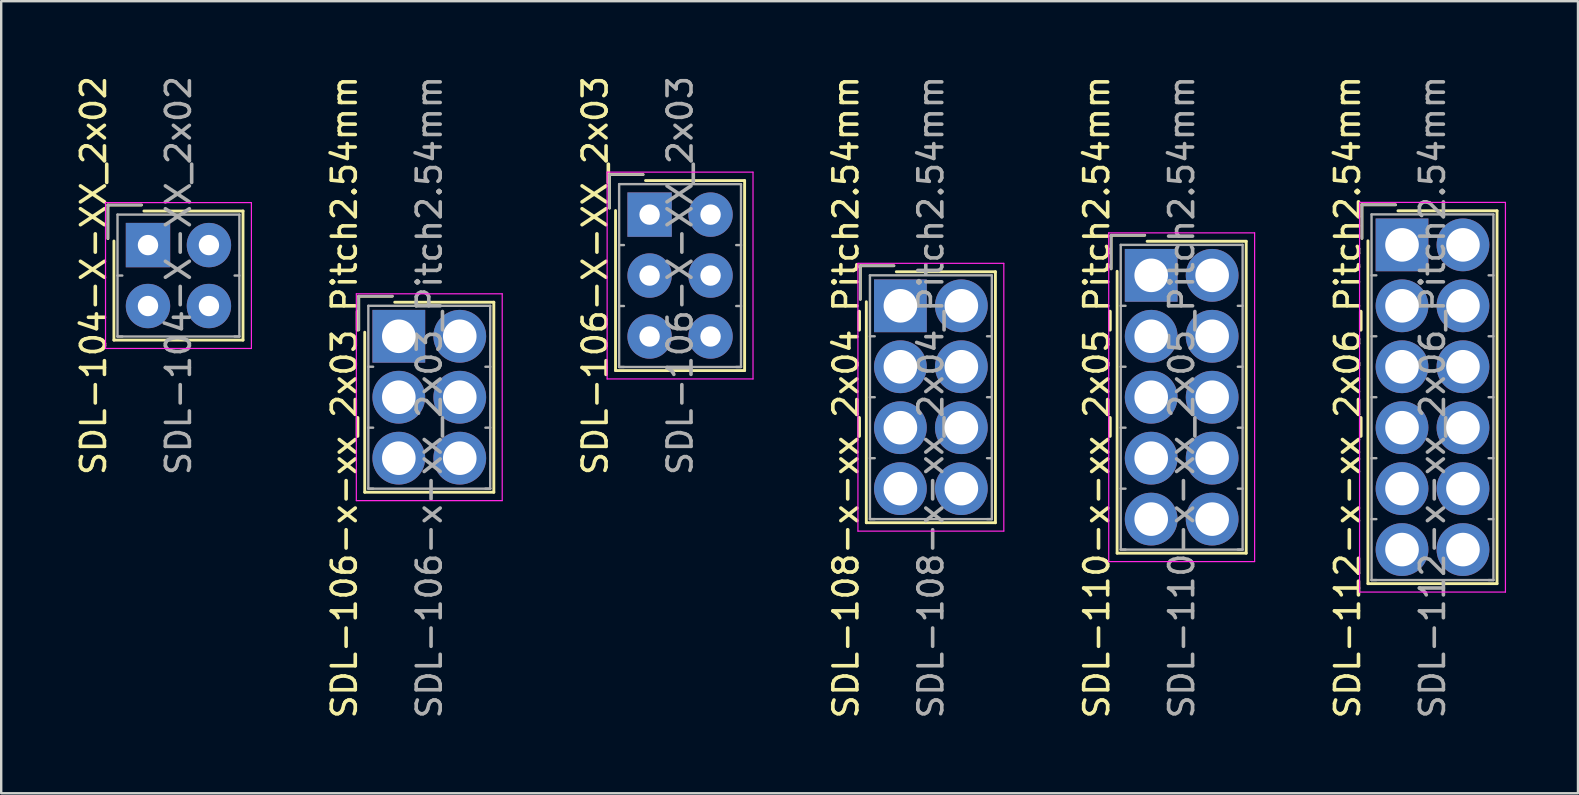
<source format=kicad_pcb>
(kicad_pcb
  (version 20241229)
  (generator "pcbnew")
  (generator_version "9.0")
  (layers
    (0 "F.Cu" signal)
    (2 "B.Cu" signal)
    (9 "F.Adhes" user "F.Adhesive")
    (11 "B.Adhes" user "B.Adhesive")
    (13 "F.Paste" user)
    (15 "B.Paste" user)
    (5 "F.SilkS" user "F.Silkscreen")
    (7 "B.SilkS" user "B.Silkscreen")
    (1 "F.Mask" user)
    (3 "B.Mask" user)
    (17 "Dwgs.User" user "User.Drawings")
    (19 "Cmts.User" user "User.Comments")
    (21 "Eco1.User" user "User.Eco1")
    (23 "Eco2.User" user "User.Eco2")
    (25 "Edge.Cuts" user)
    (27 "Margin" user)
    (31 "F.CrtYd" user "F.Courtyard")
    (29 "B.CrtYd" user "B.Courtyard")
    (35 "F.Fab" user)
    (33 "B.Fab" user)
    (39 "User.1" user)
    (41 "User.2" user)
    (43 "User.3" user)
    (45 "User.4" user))
  (footprint "SDL-106-x-xx_2x03_Pitch2.54mm"
    (layer "F.Cu")
    (at 13.572 10.966)
    (property "Reference" "SDL-106-x-xx_2x03_Pitch2.54mm" (at -2.27 2.54 90) (layer "F.SilkS") (effects (font (size 1 1) (thickness 0.15))))
    (attr through_hole)
    (fp_line (start -1.67 -1.67) (end -1.67 -0.27) (stroke (width 0.12) (type solid)) (layer "F.SilkS"))
    (fp_line (start -1.42 6.5) (end -1.42 -0.17) (stroke (width 0.12) (type solid)) (layer "F.SilkS"))
    (fp_line (start -0.27 -1.67) (end -1.67 -1.67) (stroke (width 0.12) (type solid)) (layer "F.SilkS"))
    (fp_line (start -0.17 -1.42) (end 3.96 -1.42) (stroke (width 0.12) (type solid)) (layer "F.SilkS"))
    (fp_line (start 3.96 -1.42) (end 3.96 6.5) (stroke (width 0.12) (type solid)) (layer "F.SilkS"))
    (fp_line (start 3.96 6.5) (end -1.42 6.5) (stroke (width 0.12) (type solid)) (layer "F.SilkS"))
    (fp_line (start -1.77 -1.77) (end -1.77 6.85) (stroke (width 0.05) (type solid)) (layer "F.CrtYd"))
    (fp_line (start -1.77 6.85) (end 4.31 6.85) (stroke (width 0.05) (type solid)) (layer "F.CrtYd"))
    (fp_line (start 4.31 -1.77) (end -1.77 -1.77) (stroke (width 0.05) (type solid)) (layer "F.CrtYd"))
    (fp_line (start 4.31 6.85) (end 4.31 -1.77) (stroke (width 0.05) (type solid)) (layer "F.CrtYd"))
    (fp_line (start -1.67 -1.67) (end -1.67 -0.27) (stroke (width 0.1) (type solid)) (layer "F.Fab"))
    (fp_line (start -1.27 -1.27) (end -1.27 6.35) (stroke (width 0.1) (type solid)) (layer "F.Fab"))
    (fp_line (start -1.27 1.27) (end -1.07 1.27) (stroke (width 0.1) (type solid)) (layer "F.Fab"))
    (fp_line (start -1.27 3.81) (end -1.07 3.81) (stroke (width 0.1) (type solid)) (layer "F.Fab"))
    (fp_line (start -1.27 6.35) (end -1.07 6.35) (stroke (width 0.1) (type solid)) (layer "F.Fab"))
    (fp_line (start -1.27 6.35) (end 3.81 6.35) (stroke (width 0.1) (type solid)) (layer "F.Fab"))
    (fp_line (start -0.27 -1.67) (end -1.67 -1.67) (stroke (width 0.1) (type solid)) (layer "F.Fab"))
    (fp_line (start 3.81 -1.27) (end -1.27 -1.27) (stroke (width 0.1) (type solid)) (layer "F.Fab"))
    (fp_line (start 3.81 1.27) (end 3.61 1.27) (stroke (width 0.1) (type solid)) (layer "F.Fab"))
    (fp_line (start 3.81 3.81) (end 3.61 3.81) (stroke (width 0.1) (type solid)) (layer "F.Fab"))
    (fp_line (start 3.81 6.35) (end 3.61 6.35) (stroke (width 0.1) (type solid)) (layer "F.Fab"))
    (fp_line (start 3.81 6.35) (end 3.81 -1.27) (stroke (width 0.1) (type solid)) (layer "F.Fab"))
    (fp_text user "${REFERENCE}" (at 1.27 2.54 90) (layer "F.Fab") (effects (font (size 1 1) (thickness 0.15))))
    (pad "1" thru_hole rect (at 0 0) (size 2.2 2.2) (drill 1.4) (layers "*.Cu" "*.Mask"))
    (pad "2" thru_hole circle (at 2.54 0) (size 2.2 2.2) (drill 1.4) (layers "*.Cu" "*.Mask"))
    (pad "3" thru_hole circle (at 0 2.54) (size 2.2 2.2) (drill 1.4) (layers "*.Cu" "*.Mask"))
    (pad "4" thru_hole circle (at 2.54 2.54) (size 2.2 2.2) (drill 1.4) (layers "*.Cu" "*.Mask"))
    (pad "5" thru_hole circle (at 0 5.08) (size 2.2 2.2) (drill 1.4) (layers "*.Cu" "*.Mask"))
    (pad "6" thru_hole circle (at 2.54 5.08) (size 2.2 2.2) (drill 1.4) (layers "*.Cu" "*.Mask")))
  (footprint "SDL-106-X-XX_2x03"
    (layer "F.Cu")
    (at 24.025 5.895)
    (property "Reference" "SDL-106-X-XX_2x03" (at -2.27 2.54 90) (layer "F.SilkS") (effects (font (size 1 1) (thickness 0.15))))
    (attr through_hole)
    (fp_line (start -1.67 -1.67) (end -1.67 -0.27) (stroke (width 0.12) (type solid)) (layer "F.SilkS"))
    (fp_line (start -1.42 6.5) (end -1.42 -0.17) (stroke (width 0.12) (type solid)) (layer "F.SilkS"))
    (fp_line (start -0.27 -1.67) (end -1.67 -1.67) (stroke (width 0.12) (type solid)) (layer "F.SilkS"))
    (fp_line (start -0.17 -1.42) (end 3.96 -1.42) (stroke (width 0.12) (type solid)) (layer "F.SilkS"))
    (fp_line (start 3.96 -1.42) (end 3.96 6.5) (stroke (width 0.12) (type solid)) (layer "F.SilkS"))
    (fp_line (start 3.96 6.5) (end -1.42 6.5) (stroke (width 0.12) (type solid)) (layer "F.SilkS"))
    (fp_line (start -1.77 -1.77) (end -1.77 6.85) (stroke (width 0.05) (type solid)) (layer "F.CrtYd"))
    (fp_line (start -1.77 6.85) (end 4.31 6.85) (stroke (width 0.05) (type solid)) (layer "F.CrtYd"))
    (fp_line (start 4.31 -1.77) (end -1.77 -1.77) (stroke (width 0.05) (type solid)) (layer "F.CrtYd"))
    (fp_line (start 4.31 6.85) (end 4.31 -1.77) (stroke (width 0.05) (type solid)) (layer "F.CrtYd"))
    (fp_line (start -1.67 -1.67) (end -1.67 -0.27) (stroke (width 0.1) (type solid)) (layer "F.Fab"))
    (fp_line (start -1.27 -1.27) (end -1.27 6.35) (stroke (width 0.1) (type solid)) (layer "F.Fab"))
    (fp_line (start -1.27 1.27) (end -1.07 1.27) (stroke (width 0.1) (type solid)) (layer "F.Fab"))
    (fp_line (start -1.27 3.81) (end -1.07 3.81) (stroke (width 0.1) (type solid)) (layer "F.Fab"))
    (fp_line (start -1.27 6.35) (end -1.07 6.35) (stroke (width 0.1) (type solid)) (layer "F.Fab"))
    (fp_line (start -1.27 6.35) (end 3.81 6.35) (stroke (width 0.1) (type solid)) (layer "F.Fab"))
    (fp_line (start -0.27 -1.67) (end -1.67 -1.67) (stroke (width 0.1) (type solid)) (layer "F.Fab"))
    (fp_line (start 3.81 -1.27) (end -1.27 -1.27) (stroke (width 0.1) (type solid)) (layer "F.Fab"))
    (fp_line (start 3.81 1.27) (end 3.61 1.27) (stroke (width 0.1) (type solid)) (layer "F.Fab"))
    (fp_line (start 3.81 3.81) (end 3.61 3.81) (stroke (width 0.1) (type solid)) (layer "F.Fab"))
    (fp_line (start 3.81 6.35) (end 3.61 6.35) (stroke (width 0.1) (type solid)) (layer "F.Fab"))
    (fp_line (start 3.81 6.35) (end 3.81 -1.27) (stroke (width 0.1) (type solid)) (layer "F.Fab"))
    (fp_text user "${REFERENCE}" (at 1.27 2.54 90) (layer "F.Fab") (effects (font (size 1 1) (thickness 0.15))))
    (pad "1" thru_hole rect (at 0 0) (size 1.85 1.85) (drill 0.85) (layers "*.Cu" "*.Mask"))
    (pad "2" thru_hole circle (at 2.54 0) (size 1.85 1.85) (drill 0.85) (layers "*.Cu" "*.Mask"))
    (pad "3" thru_hole circle (at 0 2.54) (size 1.85 1.85) (drill 0.85) (layers "*.Cu" "*.Mask"))
    (pad "4" thru_hole circle (at 2.54 2.54) (size 1.85 1.85) (drill 0.85) (layers "*.Cu" "*.Mask"))
    (pad "5" thru_hole circle (at 0 5.08) (size 1.85 1.85) (drill 0.85) (layers "*.Cu" "*.Mask"))
    (pad "6" thru_hole circle (at 2.54 5.08) (size 1.85 1.85) (drill 0.85) (layers "*.Cu" "*.Mask")))
  (footprint "SDL-112-x-xx_2x06_Pitch2.54mm"
    (layer "F.Cu")
    (at 55.385 7.156)
    (property "Reference" "SDL-112-x-xx_2x06_Pitch2.54mm" (at -2.27 6.35 90) (layer "F.SilkS") (effects (font (size 1 1) (thickness 0.15))))
    (attr through_hole)
    (fp_line (start -1.67 -1.67) (end -1.67 -0.27) (stroke (width 0.12) (type solid)) (layer "F.SilkS"))
    (fp_line (start -1.42 14.12) (end -1.42 -0.17) (stroke (width 0.12) (type solid)) (layer "F.SilkS"))
    (fp_line (start -0.27 -1.67) (end -1.67 -1.67) (stroke (width 0.12) (type solid)) (layer "F.SilkS"))
    (fp_line (start -0.17 -1.42) (end 3.96 -1.42) (stroke (width 0.12) (type solid)) (layer "F.SilkS"))
    (fp_line (start 3.96 -1.42) (end 3.96 14.12) (stroke (width 0.12) (type solid)) (layer "F.SilkS"))
    (fp_line (start 3.96 14.12) (end -1.42 14.12) (stroke (width 0.12) (type solid)) (layer "F.SilkS"))
    (fp_line (start -1.77 -1.77) (end -1.77 14.47) (stroke (width 0.05) (type solid)) (layer "F.CrtYd"))
    (fp_line (start -1.77 14.47) (end 4.31 14.47) (stroke (width 0.05) (type solid)) (layer "F.CrtYd"))
    (fp_line (start 4.31 -1.77) (end -1.77 -1.77) (stroke (width 0.05) (type solid)) (layer "F.CrtYd"))
    (fp_line (start 4.31 14.47) (end 4.31 -1.77) (stroke (width 0.05) (type solid)) (layer "F.CrtYd"))
    (fp_line (start -1.67 -1.67) (end -1.67 -0.27) (stroke (width 0.1) (type solid)) (layer "F.Fab"))
    (fp_line (start -1.27 -1.27) (end -1.27 13.97) (stroke (width 0.1) (type solid)) (layer "F.Fab"))
    (fp_line (start -1.27 1.27) (end -1.07 1.27) (stroke (width 0.1) (type solid)) (layer "F.Fab"))
    (fp_line (start -1.27 3.81) (end -1.07 3.81) (stroke (width 0.1) (type solid)) (layer "F.Fab"))
    (fp_line (start -1.27 6.35) (end -1.07 6.35) (stroke (width 0.1) (type solid)) (layer "F.Fab"))
    (fp_line (start -1.27 8.89) (end -1.07 8.89) (stroke (width 0.1) (type solid)) (layer "F.Fab"))
    (fp_line (start -1.27 11.43) (end -1.07 11.43) (stroke (width 0.1) (type solid)) (layer "F.Fab"))
    (fp_line (start -1.27 13.97) (end -1.07 13.97) (stroke (width 0.1) (type solid)) (layer "F.Fab"))
    (fp_line (start -1.27 13.97) (end 3.81 13.97) (stroke (width 0.1) (type solid)) (layer "F.Fab"))
    (fp_line (start -0.27 -1.67) (end -1.67 -1.67) (stroke (width 0.1) (type solid)) (layer "F.Fab"))
    (fp_line (start 3.81 -1.27) (end -1.27 -1.27) (stroke (width 0.1) (type solid)) (layer "F.Fab"))
    (fp_line (start 3.81 1.27) (end 3.61 1.27) (stroke (width 0.1) (type solid)) (layer "F.Fab"))
    (fp_line (start 3.81 3.81) (end 3.61 3.81) (stroke (width 0.1) (type solid)) (layer "F.Fab"))
    (fp_line (start 3.81 6.35) (end 3.61 6.35) (stroke (width 0.1) (type solid)) (layer "F.Fab"))
    (fp_line (start 3.81 8.89) (end 3.61 8.89) (stroke (width 0.1) (type solid)) (layer "F.Fab"))
    (fp_line (start 3.81 11.43) (end 3.61 11.43) (stroke (width 0.1) (type solid)) (layer "F.Fab"))
    (fp_line (start 3.81 13.97) (end 3.61 13.97) (stroke (width 0.1) (type solid)) (layer "F.Fab"))
    (fp_line (start 3.81 13.97) (end 3.81 -1.27) (stroke (width 0.1) (type solid)) (layer "F.Fab"))
    (fp_text user "${REFERENCE}" (at 1.27 6.35 90) (layer "F.Fab") (effects (font (size 1 1) (thickness 0.15))))
    (pad "1" thru_hole rect (at 0 0) (size 2.2 2.2) (drill 1.4) (layers "*.Cu" "*.Mask"))
    (pad "2" thru_hole circle (at 2.54 0) (size 2.2 2.2) (drill 1.4) (layers "*.Cu" "*.Mask"))
    (pad "3" thru_hole circle (at 0 2.54) (size 2.2 2.2) (drill 1.4) (layers "*.Cu" "*.Mask"))
    (pad "4" thru_hole circle (at 2.54 2.54) (size 2.2 2.2) (drill 1.4) (layers "*.Cu" "*.Mask"))
    (pad "5" thru_hole circle (at 0 5.08) (size 2.2 2.2) (drill 1.4) (layers "*.Cu" "*.Mask"))
    (pad "6" thru_hole circle (at 2.54 5.08) (size 2.2 2.2) (drill 1.4) (layers "*.Cu" "*.Mask"))
    (pad "7" thru_hole circle (at 0 7.62) (size 2.2 2.2) (drill 1.4) (layers "*.Cu" "*.Mask"))
    (pad "8" thru_hole circle (at 2.54 7.62) (size 2.2 2.2) (drill 1.4) (layers "*.Cu" "*.Mask"))
    (pad "9" thru_hole circle (at 0 10.16) (size 2.2 2.2) (drill 1.4) (layers "*.Cu" "*.Mask"))
    (pad "10" thru_hole circle (at 2.54 10.16) (size 2.2 2.2) (drill 1.4) (layers "*.Cu" "*.Mask"))
    (pad "11" thru_hole circle (at 0 12.7) (size 2.2 2.2) (drill 1.4) (layers "*.Cu" "*.Mask"))
    (pad "12" thru_hole circle (at 2.54 12.7) (size 2.2 2.2) (drill 1.4) (layers "*.Cu" "*.Mask")))
  (footprint "SDL-108-x-xx_2x04_Pitch2.54mm"
    (layer "F.Cu")
    (at 34.478 9.696)
    (property "Reference" "SDL-108-x-xx_2x04_Pitch2.54mm" (at -2.27 3.81 90) (layer "F.SilkS") (effects (font (size 1 1) (thickness 0.15))))
    (attr through_hole)
    (fp_line (start -1.67 -1.67) (end -1.67 -0.27) (stroke (width 0.12) (type solid)) (layer "F.SilkS"))
    (fp_line (start -1.42 9.04) (end -1.42 -0.17) (stroke (width 0.12) (type solid)) (layer "F.SilkS"))
    (fp_line (start -0.27 -1.67) (end -1.67 -1.67) (stroke (width 0.12) (type solid)) (layer "F.SilkS"))
    (fp_line (start -0.17 -1.42) (end 3.96 -1.42) (stroke (width 0.12) (type solid)) (layer "F.SilkS"))
    (fp_line (start 3.96 -1.42) (end 3.96 9.04) (stroke (width 0.12) (type solid)) (layer "F.SilkS"))
    (fp_line (start 3.96 9.04) (end -1.42 9.04) (stroke (width 0.12) (type solid)) (layer "F.SilkS"))
    (fp_line (start -1.77 -1.77) (end -1.77 9.39) (stroke (width 0.05) (type solid)) (layer "F.CrtYd"))
    (fp_line (start -1.77 9.39) (end 4.31 9.39) (stroke (width 0.05) (type solid)) (layer "F.CrtYd"))
    (fp_line (start 4.31 -1.77) (end -1.77 -1.77) (stroke (width 0.05) (type solid)) (layer "F.CrtYd"))
    (fp_line (start 4.31 9.39) (end 4.31 -1.77) (stroke (width 0.05) (type solid)) (layer "F.CrtYd"))
    (fp_line (start -1.67 -1.67) (end -1.67 -0.27) (stroke (width 0.1) (type solid)) (layer "F.Fab"))
    (fp_line (start -1.27 -1.27) (end -1.27 8.89) (stroke (width 0.1) (type solid)) (layer "F.Fab"))
    (fp_line (start -1.27 1.27) (end -1.07 1.27) (stroke (width 0.1) (type solid)) (layer "F.Fab"))
    (fp_line (start -1.27 3.81) (end -1.07 3.81) (stroke (width 0.1) (type solid)) (layer "F.Fab"))
    (fp_line (start -1.27 6.35) (end -1.07 6.35) (stroke (width 0.1) (type solid)) (layer "F.Fab"))
    (fp_line (start -1.27 8.89) (end -1.07 8.89) (stroke (width 0.1) (type solid)) (layer "F.Fab"))
    (fp_line (start -1.27 8.89) (end 3.81 8.89) (stroke (width 0.1) (type solid)) (layer "F.Fab"))
    (fp_line (start -0.27 -1.67) (end -1.67 -1.67) (stroke (width 0.1) (type solid)) (layer "F.Fab"))
    (fp_line (start 3.81 -1.27) (end -1.27 -1.27) (stroke (width 0.1) (type solid)) (layer "F.Fab"))
    (fp_line (start 3.81 1.27) (end 3.61 1.27) (stroke (width 0.1) (type solid)) (layer "F.Fab"))
    (fp_line (start 3.81 3.81) (end 3.61 3.81) (stroke (width 0.1) (type solid)) (layer "F.Fab"))
    (fp_line (start 3.81 6.35) (end 3.61 6.35) (stroke (width 0.1) (type solid)) (layer "F.Fab"))
    (fp_line (start 3.81 8.89) (end 3.61 8.89) (stroke (width 0.1) (type solid)) (layer "F.Fab"))
    (fp_line (start 3.81 8.89) (end 3.81 -1.27) (stroke (width 0.1) (type solid)) (layer "F.Fab"))
    (fp_text user "${REFERENCE}" (at 1.27 3.81 90) (layer "F.Fab") (effects (font (size 1 1) (thickness 0.15))))
    (pad "1" thru_hole rect (at 0 0) (size 2.2 2.2) (drill 1.4) (layers "*.Cu" "*.Mask"))
    (pad "2" thru_hole circle (at 2.54 0) (size 2.2 2.2) (drill 1.4) (layers "*.Cu" "*.Mask"))
    (pad "3" thru_hole circle (at 0 2.54) (size 2.2 2.2) (drill 1.4) (layers "*.Cu" "*.Mask"))
    (pad "4" thru_hole circle (at 2.54 2.54) (size 2.2 2.2) (drill 1.4) (layers "*.Cu" "*.Mask"))
    (pad "5" thru_hole circle (at 0 5.08) (size 2.2 2.2) (drill 1.4) (layers "*.Cu" "*.Mask"))
    (pad "6" thru_hole circle (at 2.54 5.08) (size 2.2 2.2) (drill 1.4) (layers "*.Cu" "*.Mask"))
    (pad "7" thru_hole circle (at 0 7.62) (size 2.2 2.2) (drill 1.4) (layers "*.Cu" "*.Mask"))
    (pad "8" thru_hole circle (at 2.54 7.62) (size 2.2 2.2) (drill 1.4) (layers "*.Cu" "*.Mask")))
  (footprint "SDL-110-x-xx_2x05_Pitch2.54mm"
    (layer "F.Cu")
    (at 44.931 8.426)
    (property "Reference" "SDL-110-x-xx_2x05_Pitch2.54mm" (at -2.27 5.08 90) (layer "F.SilkS") (effects (font (size 1 1) (thickness 0.15))))
    (attr through_hole)
    (fp_line (start -1.67 -1.67) (end -1.67 -0.27) (stroke (width 0.12) (type solid)) (layer "F.SilkS"))
    (fp_line (start -1.42 11.58) (end -1.42 -0.17) (stroke (width 0.12) (type solid)) (layer "F.SilkS"))
    (fp_line (start -0.27 -1.67) (end -1.67 -1.67) (stroke (width 0.12) (type solid)) (layer "F.SilkS"))
    (fp_line (start -0.17 -1.42) (end 3.96 -1.42) (stroke (width 0.12) (type solid)) (layer "F.SilkS"))
    (fp_line (start 3.96 -1.42) (end 3.96 11.58) (stroke (width 0.12) (type solid)) (layer "F.SilkS"))
    (fp_line (start 3.96 11.58) (end -1.42 11.58) (stroke (width 0.12) (type solid)) (layer "F.SilkS"))
    (fp_line (start -1.77 -1.77) (end -1.77 11.93) (stroke (width 0.05) (type solid)) (layer "F.CrtYd"))
    (fp_line (start -1.77 11.93) (end 4.31 11.93) (stroke (width 0.05) (type solid)) (layer "F.CrtYd"))
    (fp_line (start 4.31 -1.77) (end -1.77 -1.77) (stroke (width 0.05) (type solid)) (layer "F.CrtYd"))
    (fp_line (start 4.31 11.93) (end 4.31 -1.77) (stroke (width 0.05) (type solid)) (layer "F.CrtYd"))
    (fp_line (start -1.67 -1.67) (end -1.67 -0.27) (stroke (width 0.1) (type solid)) (layer "F.Fab"))
    (fp_line (start -1.27 -1.27) (end -1.27 11.43) (stroke (width 0.1) (type solid)) (layer "F.Fab"))
    (fp_line (start -1.27 1.27) (end -1.07 1.27) (stroke (width 0.1) (type solid)) (layer "F.Fab"))
    (fp_line (start -1.27 3.81) (end -1.07 3.81) (stroke (width 0.1) (type solid)) (layer "F.Fab"))
    (fp_line (start -1.27 6.35) (end -1.07 6.35) (stroke (width 0.1) (type solid)) (layer "F.Fab"))
    (fp_line (start -1.27 8.89) (end -1.07 8.89) (stroke (width 0.1) (type solid)) (layer "F.Fab"))
    (fp_line (start -1.27 11.43) (end -1.07 11.43) (stroke (width 0.1) (type solid)) (layer "F.Fab"))
    (fp_line (start -1.27 11.43) (end 3.81 11.43) (stroke (width 0.1) (type solid)) (layer "F.Fab"))
    (fp_line (start -0.27 -1.67) (end -1.67 -1.67) (stroke (width 0.1) (type solid)) (layer "F.Fab"))
    (fp_line (start 3.81 -1.27) (end -1.27 -1.27) (stroke (width 0.1) (type solid)) (layer "F.Fab"))
    (fp_line (start 3.81 1.27) (end 3.61 1.27) (stroke (width 0.1) (type solid)) (layer "F.Fab"))
    (fp_line (start 3.81 3.81) (end 3.61 3.81) (stroke (width 0.1) (type solid)) (layer "F.Fab"))
    (fp_line (start 3.81 6.35) (end 3.61 6.35) (stroke (width 0.1) (type solid)) (layer "F.Fab"))
    (fp_line (start 3.81 8.89) (end 3.61 8.89) (stroke (width 0.1) (type solid)) (layer "F.Fab"))
    (fp_line (start 3.81 11.43) (end 3.61 11.43) (stroke (width 0.1) (type solid)) (layer "F.Fab"))
    (fp_line (start 3.81 11.43) (end 3.81 -1.27) (stroke (width 0.1) (type solid)) (layer "F.Fab"))
    (fp_text user "${REFERENCE}" (at 1.27 5.08 90) (layer "F.Fab") (effects (font (size 1 1) (thickness 0.15))))
    (pad "1" thru_hole rect (at 0 0) (size 2.2 2.2) (drill 1.4) (layers "*.Cu" "*.Mask"))
    (pad "2" thru_hole circle (at 2.54 0) (size 2.2 2.2) (drill 1.4) (layers "*.Cu" "*.Mask"))
    (pad "3" thru_hole circle (at 0 2.54) (size 2.2 2.2) (drill 1.4) (layers "*.Cu" "*.Mask"))
    (pad "4" thru_hole circle (at 2.54 2.54) (size 2.2 2.2) (drill 1.4) (layers "*.Cu" "*.Mask"))
    (pad "5" thru_hole circle (at 0 5.08) (size 2.2 2.2) (drill 1.4) (layers "*.Cu" "*.Mask"))
    (pad "6" thru_hole circle (at 2.54 5.08) (size 2.2 2.2) (drill 1.4) (layers "*.Cu" "*.Mask"))
    (pad "7" thru_hole circle (at 0 7.62) (size 2.2 2.2) (drill 1.4) (layers "*.Cu" "*.Mask"))
    (pad "8" thru_hole circle (at 2.54 7.62) (size 2.2 2.2) (drill 1.4) (layers "*.Cu" "*.Mask"))
    (pad "9" thru_hole circle (at 0 10.16) (size 2.2 2.2) (drill 1.4) (layers "*.Cu" "*.Mask"))
    (pad "10" thru_hole circle (at 2.54 10.16) (size 2.2 2.2) (drill 1.4) (layers "*.Cu" "*.Mask")))
  (footprint "SDL-104-X-XX_2x02"
    (layer "F.Cu")
    (at 3.118 7.165)
    (property "Reference" "SDL-104-X-XX_2x02" (at -2.27 1.27 90) (layer "F.SilkS") (effects (font (size 1 1) (thickness 0.15))))
    (attr through_hole)
    (fp_line (start -1.67 -1.67) (end -1.67 -0.27) (stroke (width 0.12) (type solid)) (layer "F.SilkS"))
    (fp_line (start -1.42 3.96) (end -1.42 -0.17) (stroke (width 0.12) (type solid)) (layer "F.SilkS"))
    (fp_line (start -0.27 -1.67) (end -1.67 -1.67) (stroke (width 0.12) (type solid)) (layer "F.SilkS"))
    (fp_line (start -0.17 -1.42) (end 3.96 -1.42) (stroke (width 0.12) (type solid)) (layer "F.SilkS"))
    (fp_line (start 3.96 -1.42) (end 3.96 3.96) (stroke (width 0.12) (type solid)) (layer "F.SilkS"))
    (fp_line (start 3.96 3.96) (end -1.42 3.96) (stroke (width 0.12) (type solid)) (layer "F.SilkS"))
    (fp_line (start -1.77 -1.77) (end -1.77 4.31) (stroke (width 0.05) (type solid)) (layer "F.CrtYd"))
    (fp_line (start -1.77 4.31) (end 4.31 4.31) (stroke (width 0.05) (type solid)) (layer "F.CrtYd"))
    (fp_line (start 4.31 -1.77) (end -1.77 -1.77) (stroke (width 0.05) (type solid)) (layer "F.CrtYd"))
    (fp_line (start 4.31 4.31) (end 4.31 -1.77) (stroke (width 0.05) (type solid)) (layer "F.CrtYd"))
    (fp_line (start -1.67 -1.67) (end -1.67 -0.27) (stroke (width 0.1) (type solid)) (layer "F.Fab"))
    (fp_line (start -1.27 -1.27) (end -1.27 3.81) (stroke (width 0.1) (type solid)) (layer "F.Fab"))
    (fp_line (start -1.27 1.27) (end -1.07 1.27) (stroke (width 0.1) (type solid)) (layer "F.Fab"))
    (fp_line (start -1.27 3.81) (end -1.07 3.81) (stroke (width 0.1) (type solid)) (layer "F.Fab"))
    (fp_line (start -1.27 3.81) (end 3.81 3.81) (stroke (width 0.1) (type solid)) (layer "F.Fab"))
    (fp_line (start -0.27 -1.67) (end -1.67 -1.67) (stroke (width 0.1) (type solid)) (layer "F.Fab"))
    (fp_line (start 3.81 -1.27) (end -1.27 -1.27) (stroke (width 0.1) (type solid)) (layer "F.Fab"))
    (fp_line (start 3.81 1.27) (end 3.61 1.27) (stroke (width 0.1) (type solid)) (layer "F.Fab"))
    (fp_line (start 3.81 3.81) (end 3.61 3.81) (stroke (width 0.1) (type solid)) (layer "F.Fab"))
    (fp_line (start 3.81 3.81) (end 3.81 -1.27) (stroke (width 0.1) (type solid)) (layer "F.Fab"))
    (fp_text user "${REFERENCE}" (at 1.27 1.27 90) (layer "F.Fab") (effects (font (size 1 1) (thickness 0.15))))
    (pad "1" thru_hole rect (at 0 0) (size 1.85 1.85) (drill 0.85) (layers "*.Cu" "*.Mask"))
    (pad "2" thru_hole circle (at 2.54 0) (size 1.85 1.85) (drill 0.85) (layers "*.Cu" "*.Mask"))
    (pad "3" thru_hole circle (at 0 2.54) (size 1.85 1.85) (drill 0.85) (layers "*.Cu" "*.Mask"))
    (pad "4" thru_hole circle (at 2.54 2.54) (size 1.85 1.85) (drill 0.85) (layers "*.Cu" "*.Mask")))
  (gr_rect
    (start -3 -3)
    (end 62.719 30.012)
    (stroke (width 0.1) (type default))
    (fill no)
    (layer "Edge.Cuts")))
</source>
